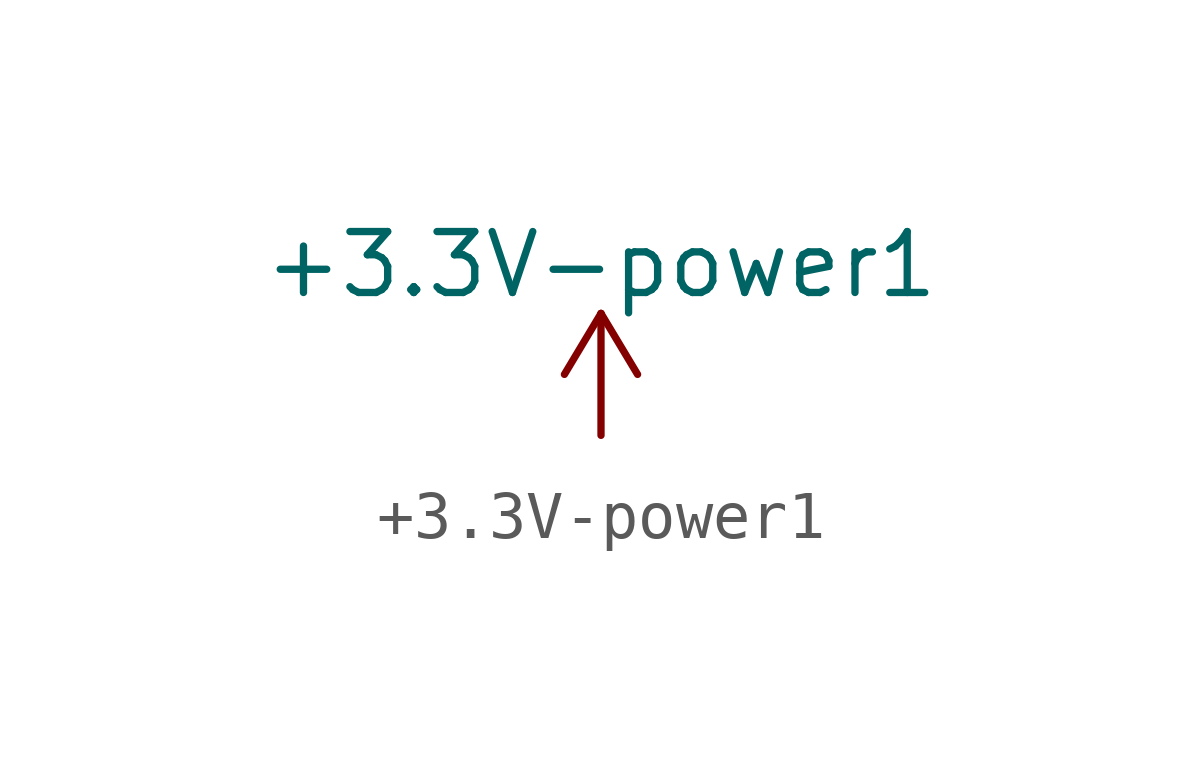
<source format=kicad_sym>
(kicad_symbol_lib
  (version 20211014)
  (generator kicad_symbol_editor)
  (symbol "+3.3V-power1"
    (power)
    (pin_names
      (offset 0))
    (property "Reference" "#PWR"
      (at 0 -3.81 0)
      (effects (font (size 1.27 1.27)) hide))
    (property "Value" "+3.3V-power1"
      (at 0 3.556 0)
      (effects (font (size 1.27 1.27))))
    (symbol "+3.3V-power1_0_1"
      (polyline (pts (xy -0.762 1.27) (xy 0 2.54)) (stroke (width 0) (type default) (color 0 0 0 0)) (fill (type none)))
      (polyline (pts (xy 0 0) (xy 0 2.54)) (stroke (width 0) (type default) (color 0 0 0 0)) (fill (type none)))
      (polyline (pts (xy 0 2.54) (xy 0.762 1.27)) (stroke (width 0) (type default) (color 0 0 0 0)) (fill (type none))))
    (symbol "+3.3V-power1_1_1"
      (pin power_in line (at 0 0 90) (length 0) hide (name "+3V3" (effects (font (size 1.27 1.27)))) (number "1" (effects (font (size 1.27 1.27))))))))
</source>
